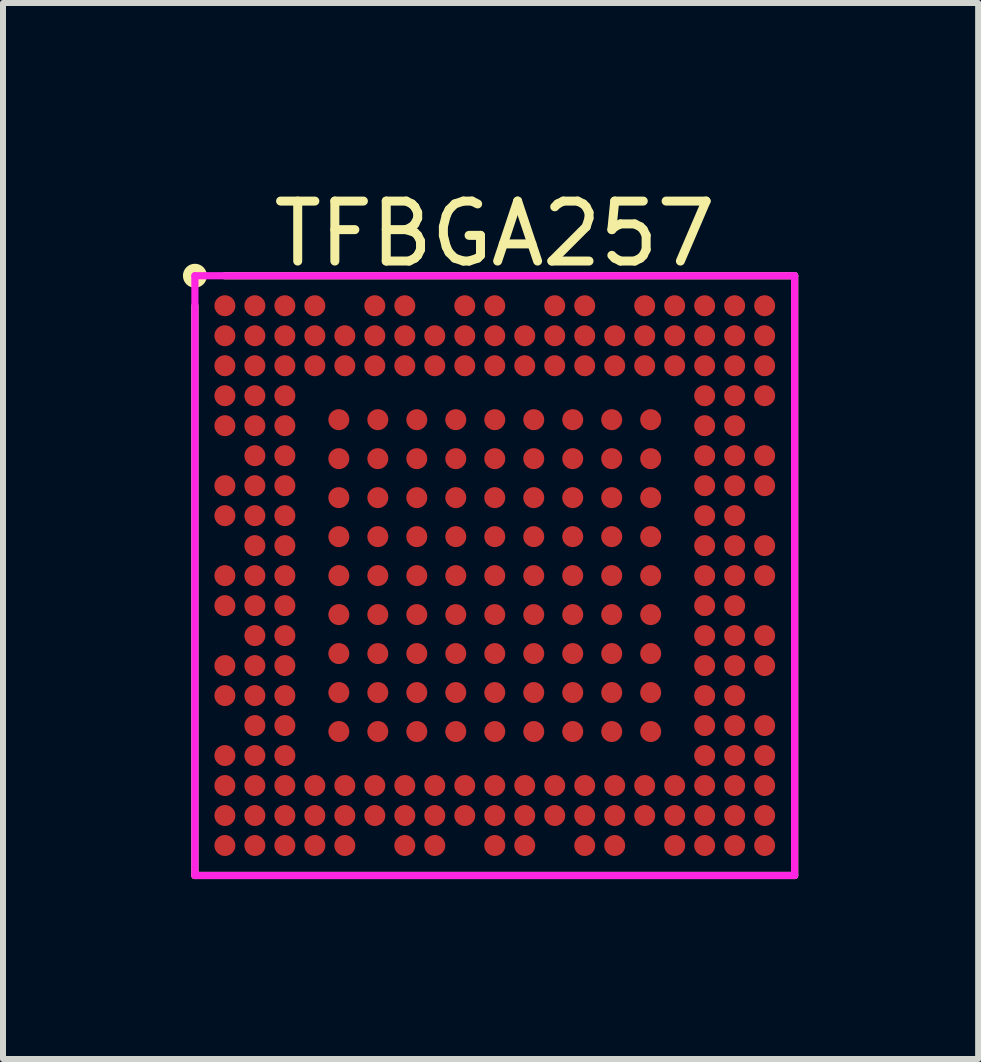
<source format=kicad_pcb>
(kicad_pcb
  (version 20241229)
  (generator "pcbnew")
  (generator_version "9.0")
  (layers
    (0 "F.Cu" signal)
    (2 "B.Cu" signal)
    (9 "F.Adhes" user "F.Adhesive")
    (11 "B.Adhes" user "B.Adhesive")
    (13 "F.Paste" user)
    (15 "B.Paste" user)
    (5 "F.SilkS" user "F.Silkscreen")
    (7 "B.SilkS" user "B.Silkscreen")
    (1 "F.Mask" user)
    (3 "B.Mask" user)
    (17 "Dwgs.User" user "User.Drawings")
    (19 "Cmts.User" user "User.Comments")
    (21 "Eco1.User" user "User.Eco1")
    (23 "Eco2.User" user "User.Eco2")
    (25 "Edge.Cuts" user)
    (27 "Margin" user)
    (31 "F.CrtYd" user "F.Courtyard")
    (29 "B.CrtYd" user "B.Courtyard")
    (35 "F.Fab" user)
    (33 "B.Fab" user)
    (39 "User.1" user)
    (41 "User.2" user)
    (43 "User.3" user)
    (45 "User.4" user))
  (footprint "TFBGA257"
    (layer "F.Cu")
    (at 5.2 6.548)
    (property "Reference" "TFBGA257" (at 0 -5.7 0) (layer "F.SilkS") (effects (font (size 1 1) (thickness 0.15))))
    (attr smd)
    (fp_line (start -5 5) (end -5 -4.5) (stroke (width 0.12) (type solid)) (layer "F.SilkS"))
    (fp_line (start -4.5 -5) (end 5 -5) (stroke (width 0.12) (type solid)) (layer "F.SilkS"))
    (fp_line (start 5 -5) (end 5 5) (stroke (width 0.12) (type solid)) (layer "F.SilkS"))
    (fp_line (start 5 5) (end -5 5) (stroke (width 0.12) (type solid)) (layer "F.SilkS"))
    (fp_circle (center -5 -5) (end -5 -4.9) (stroke (width 0.2) (type solid)) (fill no) (layer "F.SilkS"))
    (fp_line (start -5 -5) (end 5 -5) (stroke (width 0.12) (type solid)) (layer "F.CrtYd"))
    (fp_line (start -5 5) (end -5 -5) (stroke (width 0.12) (type solid)) (layer "F.CrtYd"))
    (fp_line (start 5 -5) (end 5 5) (stroke (width 0.12) (type solid)) (layer "F.CrtYd"))
    (fp_line (start 5 5) (end -5 5) (stroke (width 0.12) (type solid)) (layer "F.CrtYd"))
    (pad "1A1" smd circle (at -2.6 -2.6) (size 0.35 0.35) (layers "F.Cu" "F.Mask" "F.Paste"))
    (pad "1A2" smd circle (at -1.95 -2.6) (size 0.35 0.35) (layers "F.Cu" "F.Mask" "F.Paste"))
    (pad "1A3" smd circle (at -1.3 -2.6) (size 0.35 0.35) (layers "F.Cu" "F.Mask" "F.Paste"))
    (pad "1A4" smd circle (at -0.65 -2.6) (size 0.35 0.35) (layers "F.Cu" "F.Mask" "F.Paste"))
    (pad "1A5" smd circle (at 0 -2.6) (size 0.35 0.35) (layers "F.Cu" "F.Mask" "F.Paste"))
    (pad "1A6" smd circle (at 0.65 -2.6) (size 0.35 0.35) (layers "F.Cu" "F.Mask" "F.Paste"))
    (pad "1A7" smd circle (at 1.3 -2.6) (size 0.35 0.35) (layers "F.Cu" "F.Mask" "F.Paste"))
    (pad "1A8" smd circle (at 1.95 -2.6) (size 0.35 0.35) (layers "F.Cu" "F.Mask" "F.Paste"))
    (pad "1A9" smd circle (at 2.6 -2.6) (size 0.35 0.35) (layers "F.Cu" "F.Mask" "F.Paste"))
    (pad "1B1" smd circle (at -2.6 -1.95) (size 0.35 0.35) (layers "F.Cu" "F.Mask" "F.Paste"))
    (pad "1B2" smd circle (at -1.95 -1.95) (size 0.35 0.35) (layers "F.Cu" "F.Mask" "F.Paste"))
    (pad "1B3" smd circle (at -1.3 -1.95) (size 0.35 0.35) (layers "F.Cu" "F.Mask" "F.Paste"))
    (pad "1B4" smd circle (at -0.65 -1.95) (size 0.35 0.35) (layers "F.Cu" "F.Mask" "F.Paste"))
    (pad "1B5" smd circle (at 0 -1.95) (size 0.35 0.35) (layers "F.Cu" "F.Mask" "F.Paste"))
    (pad "1B6" smd circle (at 0.65 -1.95) (size 0.35 0.35) (layers "F.Cu" "F.Mask" "F.Paste"))
    (pad "1B7" smd circle (at 1.3 -1.95) (size 0.35 0.35) (layers "F.Cu" "F.Mask" "F.Paste"))
    (pad "1B8" smd circle (at 1.95 -1.95) (size 0.35 0.35) (layers "F.Cu" "F.Mask" "F.Paste"))
    (pad "1B9" smd circle (at 2.6 -1.95) (size 0.35 0.35) (layers "F.Cu" "F.Mask" "F.Paste"))
    (pad "1C1" smd circle (at -2.6 -1.3) (size 0.35 0.35) (layers "F.Cu" "F.Mask" "F.Paste"))
    (pad "1C2" smd circle (at -1.95 -1.3) (size 0.35 0.35) (layers "F.Cu" "F.Mask" "F.Paste"))
    (pad "1C3" smd circle (at -1.3 -1.3) (size 0.35 0.35) (layers "F.Cu" "F.Mask" "F.Paste"))
    (pad "1C4" smd circle (at -0.65 -1.3) (size 0.35 0.35) (layers "F.Cu" "F.Mask" "F.Paste"))
    (pad "1C5" smd circle (at 0 -1.3) (size 0.35 0.35) (layers "F.Cu" "F.Mask" "F.Paste"))
    (pad "1C6" smd circle (at 0.65 -1.3) (size 0.35 0.35) (layers "F.Cu" "F.Mask" "F.Paste"))
    (pad "1C7" smd circle (at 1.3 -1.3) (size 0.35 0.35) (layers "F.Cu" "F.Mask" "F.Paste"))
    (pad "1C8" smd circle (at 1.95 -1.3) (size 0.35 0.35) (layers "F.Cu" "F.Mask" "F.Paste"))
    (pad "1C9" smd circle (at 2.6 -1.3) (size 0.35 0.35) (layers "F.Cu" "F.Mask" "F.Paste"))
    (pad "1D1" smd circle (at -2.6 -0.65) (size 0.35 0.35) (layers "F.Cu" "F.Mask" "F.Paste"))
    (pad "1D2" smd circle (at -1.95 -0.65) (size 0.35 0.35) (layers "F.Cu" "F.Mask" "F.Paste"))
    (pad "1D3" smd circle (at -1.3 -0.65) (size 0.35 0.35) (layers "F.Cu" "F.Mask" "F.Paste"))
    (pad "1D4" smd circle (at -0.65 -0.65) (size 0.35 0.35) (layers "F.Cu" "F.Mask" "F.Paste"))
    (pad "1D5" smd circle (at 0 -0.65) (size 0.35 0.35) (layers "F.Cu" "F.Mask" "F.Paste"))
    (pad "1D6" smd circle (at 0.65 -0.65) (size 0.35 0.35) (layers "F.Cu" "F.Mask" "F.Paste"))
    (pad "1D7" smd circle (at 1.3 -0.65) (size 0.35 0.35) (layers "F.Cu" "F.Mask" "F.Paste"))
    (pad "1D8" smd circle (at 1.95 -0.65) (size 0.35 0.35) (layers "F.Cu" "F.Mask" "F.Paste"))
    (pad "1D9" smd circle (at 2.6 -0.65) (size 0.35 0.35) (layers "F.Cu" "F.Mask" "F.Paste"))
    (pad "1E1" smd circle (at -2.6 0) (size 0.35 0.35) (layers "F.Cu" "F.Mask" "F.Paste"))
    (pad "1E2" smd circle (at -1.95 0) (size 0.35 0.35) (layers "F.Cu" "F.Mask" "F.Paste"))
    (pad "1E3" smd circle (at -1.3 0) (size 0.35 0.35) (layers "F.Cu" "F.Mask" "F.Paste"))
    (pad "1E4" smd circle (at -0.65 0) (size 0.35 0.35) (layers "F.Cu" "F.Mask" "F.Paste"))
    (pad "1E5" smd circle (at 0 0) (size 0.35 0.35) (layers "F.Cu" "F.Mask" "F.Paste"))
    (pad "1E6" smd circle (at 0.65 0) (size 0.35 0.35) (layers "F.Cu" "F.Mask" "F.Paste"))
    (pad "1E7" smd circle (at 1.3 0) (size 0.35 0.35) (layers "F.Cu" "F.Mask" "F.Paste"))
    (pad "1E8" smd circle (at 1.95 0) (size 0.35 0.35) (layers "F.Cu" "F.Mask" "F.Paste"))
    (pad "1E9" smd circle (at 2.6 0) (size 0.35 0.35) (layers "F.Cu" "F.Mask" "F.Paste"))
    (pad "1F1" smd circle (at -2.6 0.65) (size 0.35 0.35) (layers "F.Cu" "F.Mask" "F.Paste"))
    (pad "1F1" smd circle (at -1.95 0.65) (size 0.35 0.35) (layers "F.Cu" "F.Mask" "F.Paste"))
    (pad "1F3" smd circle (at -1.3 0.65) (size 0.35 0.35) (layers "F.Cu" "F.Mask" "F.Paste"))
    (pad "1F4" smd circle (at -0.65 0.65) (size 0.35 0.35) (layers "F.Cu" "F.Mask" "F.Paste"))
    (pad "1F5" smd circle (at 0 0.65) (size 0.35 0.35) (layers "F.Cu" "F.Mask" "F.Paste"))
    (pad "1F6" smd circle (at 0.65 0.65) (size 0.35 0.35) (layers "F.Cu" "F.Mask" "F.Paste"))
    (pad "1F7" smd circle (at 1.3 0.65) (size 0.35 0.35) (layers "F.Cu" "F.Mask" "F.Paste"))
    (pad "1F8" smd circle (at 1.95 0.65) (size 0.35 0.35) (layers "F.Cu" "F.Mask" "F.Paste"))
    (pad "1F9" smd circle (at 2.6 0.65) (size 0.35 0.35) (layers "F.Cu" "F.Mask" "F.Paste"))
    (pad "1G1" smd circle (at -2.6 1.3) (size 0.35 0.35) (layers "F.Cu" "F.Mask" "F.Paste"))
    (pad "1G2" smd circle (at -1.95 1.3) (size 0.35 0.35) (layers "F.Cu" "F.Mask" "F.Paste"))
    (pad "1G3" smd circle (at -1.3 1.3) (size 0.35 0.35) (layers "F.Cu" "F.Mask" "F.Paste"))
    (pad "1G4" smd circle (at -0.65 1.3) (size 0.35 0.35) (layers "F.Cu" "F.Mask" "F.Paste"))
    (pad "1G5" smd circle (at 0 1.3) (size 0.35 0.35) (layers "F.Cu" "F.Mask" "F.Paste"))
    (pad "1G6" smd circle (at 0.65 1.3) (size 0.35 0.35) (layers "F.Cu" "F.Mask" "F.Paste"))
    (pad "1G7" smd circle (at 1.3 1.3) (size 0.35 0.35) (layers "F.Cu" "F.Mask" "F.Paste"))
    (pad "1G8" smd circle (at 1.95 1.3) (size 0.35 0.35) (layers "F.Cu" "F.Mask" "F.Paste"))
    (pad "1G9" smd circle (at 2.6 1.3) (size 0.35 0.35) (layers "F.Cu" "F.Mask" "F.Paste"))
    (pad "1H1" smd circle (at -2.6 1.95) (size 0.35 0.35) (layers "F.Cu" "F.Mask" "F.Paste"))
    (pad "1H2" smd circle (at -1.95 1.95) (size 0.35 0.35) (layers "F.Cu" "F.Mask" "F.Paste"))
    (pad "1H3" smd circle (at -1.3 1.95) (size 0.35 0.35) (layers "F.Cu" "F.Mask" "F.Paste"))
    (pad "1H4" smd circle (at -0.65 1.95) (size 0.35 0.35) (layers "F.Cu" "F.Mask" "F.Paste"))
    (pad "1H5" smd circle (at 0 1.95) (size 0.35 0.35) (layers "F.Cu" "F.Mask" "F.Paste"))
    (pad "1H6" smd circle (at 0.65 1.95) (size 0.35 0.35) (layers "F.Cu" "F.Mask" "F.Paste"))
    (pad "1H7" smd circle (at 1.3 1.95) (size 0.35 0.35) (layers "F.Cu" "F.Mask" "F.Paste"))
    (pad "1H8" smd circle (at 1.95 1.95) (size 0.35 0.35) (layers "F.Cu" "F.Mask" "F.Paste"))
    (pad "1H9" smd circle (at 2.6 1.95) (size 0.35 0.35) (layers "F.Cu" "F.Mask" "F.Paste"))
    (pad "1J1" smd circle (at -2.6 2.6) (size 0.35 0.35) (layers "F.Cu" "F.Mask" "F.Paste"))
    (pad "1J2" smd circle (at -1.95 2.6) (size 0.35 0.35) (layers "F.Cu" "F.Mask" "F.Paste"))
    (pad "1J3" smd circle (at -1.3 2.6) (size 0.35 0.35) (layers "F.Cu" "F.Mask" "F.Paste"))
    (pad "1J4" smd circle (at -0.65 2.6) (size 0.35 0.35) (layers "F.Cu" "F.Mask" "F.Paste"))
    (pad "1J5" smd circle (at 0 2.6) (size 0.35 0.35) (layers "F.Cu" "F.Mask" "F.Paste"))
    (pad "1J6" smd circle (at 0.65 2.6) (size 0.35 0.35) (layers "F.Cu" "F.Mask" "F.Paste"))
    (pad "1J7" smd circle (at 1.3 2.6) (size 0.35 0.35) (layers "F.Cu" "F.Mask" "F.Paste"))
    (pad "1J8" smd circle (at 1.95 2.6) (size 0.35 0.35) (layers "F.Cu" "F.Mask" "F.Paste"))
    (pad "1J9" smd circle (at 2.6 2.6) (size 0.35 0.35) (layers "F.Cu" "F.Mask" "F.Paste"))
    (pad "A1" smd circle (at -4.5 -4.5) (size 0.35 0.35) (layers "F.Cu" "F.Mask" "F.Paste"))
    (pad "A2" smd circle (at -4 -4.5) (size 0.35 0.35) (layers "F.Cu" "F.Mask" "F.Paste"))
    (pad "A3" smd circle (at -3.5 -4.5) (size 0.35 0.35) (layers "F.Cu" "F.Mask" "F.Paste"))
    (pad "A4" smd circle (at -3 -4.5) (size 0.35 0.35) (layers "F.Cu" "F.Mask" "F.Paste"))
    (pad "A6" smd circle (at -2 -4.5) (size 0.35 0.35) (layers "F.Cu" "F.Mask" "F.Paste"))
    (pad "A7" smd circle (at -1.5 -4.5) (size 0.35 0.35) (layers "F.Cu" "F.Mask" "F.Paste"))
    (pad "A9" smd circle (at -0.5 -4.5) (size 0.35 0.35) (layers "F.Cu" "F.Mask" "F.Paste"))
    (pad "A10" smd circle (at 0 -4.5) (size 0.35 0.35) (layers "F.Cu" "F.Mask" "F.Paste"))
    (pad "A12" smd circle (at 1 -4.5) (size 0.35 0.35) (layers "F.Cu" "F.Mask" "F.Paste"))
    (pad "A13" smd circle (at 1.5 -4.5) (size 0.35 0.35) (layers "F.Cu" "F.Mask" "F.Paste"))
    (pad "A15" smd circle (at 2.5 -4.5) (size 0.35 0.35) (layers "F.Cu" "F.Mask" "F.Paste"))
    (pad "A16" smd circle (at 3 -4.5) (size 0.35 0.35) (layers "F.Cu" "F.Mask" "F.Paste"))
    (pad "A17" smd circle (at 3.5 -4.5) (size 0.35 0.35) (layers "F.Cu" "F.Mask" "F.Paste"))
    (pad "A18" smd circle (at 4 -4.5) (size 0.35 0.35) (layers "F.Cu" "F.Mask" "F.Paste"))
    (pad "A19" smd circle (at 4.5 -4.5) (size 0.35 0.35) (layers "F.Cu" "F.Mask" "F.Paste"))
    (pad "B1" smd circle (at -4.5 -4) (size 0.35 0.35) (layers "F.Cu" "F.Mask" "F.Paste"))
    (pad "B2" smd circle (at -4 -4) (size 0.35 0.35) (layers "F.Cu" "F.Mask" "F.Paste"))
    (pad "B3" smd circle (at -3.5 -4) (size 0.35 0.35) (layers "F.Cu" "F.Mask" "F.Paste"))
    (pad "B4" smd circle (at -3 -4) (size 0.35 0.35) (layers "F.Cu" "F.Mask" "F.Paste"))
    (pad "B5" smd circle (at -2.5 -4) (size 0.35 0.35) (layers "F.Cu" "F.Mask" "F.Paste"))
    (pad "B6" smd circle (at -2 -4) (size 0.35 0.35) (layers "F.Cu" "F.Mask" "F.Paste"))
    (pad "B7" smd circle (at -1.5 -4) (size 0.35 0.35) (layers "F.Cu" "F.Mask" "F.Paste"))
    (pad "B8" smd circle (at -1 -4) (size 0.35 0.35) (layers "F.Cu" "F.Mask" "F.Paste"))
    (pad "B9" smd circle (at -0.5 -4) (size 0.35 0.35) (layers "F.Cu" "F.Mask" "F.Paste"))
    (pad "B10" smd circle (at 0 -4) (size 0.35 0.35) (layers "F.Cu" "F.Mask" "F.Paste"))
    (pad "B11" smd circle (at 0.5 -4) (size 0.35 0.35) (layers "F.Cu" "F.Mask" "F.Paste"))
    (pad "B12" smd circle (at 1 -4) (size 0.35 0.35) (layers "F.Cu" "F.Mask" "F.Paste"))
    (pad "B13" smd circle (at 1.5 -4) (size 0.35 0.35) (layers "F.Cu" "F.Mask" "F.Paste"))
    (pad "B14" smd circle (at 2 -4) (size 0.35 0.35) (layers "F.Cu" "F.Mask" "F.Paste"))
    (pad "B15" smd circle (at 2.5 -4) (size 0.35 0.35) (layers "F.Cu" "F.Mask" "F.Paste"))
    (pad "B16" smd circle (at 3 -4) (size 0.35 0.35) (layers "F.Cu" "F.Mask" "F.Paste"))
    (pad "B17" smd circle (at 3.5 -4) (size 0.35 0.35) (layers "F.Cu" "F.Mask" "F.Paste"))
    (pad "B18" smd circle (at 4 -4) (size 0.35 0.35) (layers "F.Cu" "F.Mask" "F.Paste"))
    (pad "B19" smd circle (at 4.5 -4) (size 0.35 0.35) (layers "F.Cu" "F.Mask" "F.Paste"))
    (pad "C1" smd circle (at -4.5 -3.5) (size 0.35 0.35) (layers "F.Cu" "F.Mask" "F.Paste"))
    (pad "C2" smd circle (at -4 -3.5) (size 0.35 0.35) (layers "F.Cu" "F.Mask" "F.Paste"))
    (pad "C3" smd circle (at -3.5 -3.5) (size 0.35 0.35) (layers "F.Cu" "F.Mask" "F.Paste"))
    (pad "C4" smd circle (at -3 -3.5) (size 0.35 0.35) (layers "F.Cu" "F.Mask" "F.Paste"))
    (pad "C5" smd circle (at -2.5 -3.5) (size 0.35 0.35) (layers "F.Cu" "F.Mask" "F.Paste"))
    (pad "C6" smd circle (at -2 -3.5) (size 0.35 0.35) (layers "F.Cu" "F.Mask" "F.Paste"))
    (pad "C7" smd circle (at -1.5 -3.5) (size 0.35 0.35) (layers "F.Cu" "F.Mask" "F.Paste"))
    (pad "C8" smd circle (at -1 -3.5) (size 0.35 0.35) (layers "F.Cu" "F.Mask" "F.Paste"))
    (pad "C9" smd circle (at -0.5 -3.5) (size 0.35 0.35) (layers "F.Cu" "F.Mask" "F.Paste"))
    (pad "C10" smd circle (at 0 -3.5) (size 0.35 0.35) (layers "F.Cu" "F.Mask" "F.Paste"))
    (pad "C11" smd circle (at 0.5 -3.5) (size 0.35 0.35) (layers "F.Cu" "F.Mask" "F.Paste"))
    (pad "C12" smd circle (at 1 -3.5) (size 0.35 0.35) (layers "F.Cu" "F.Mask" "F.Paste"))
    (pad "C13" smd circle (at 1.5 -3.5) (size 0.35 0.35) (layers "F.Cu" "F.Mask" "F.Paste"))
    (pad "C14" smd circle (at 2 -3.5) (size 0.35 0.35) (layers "F.Cu" "F.Mask" "F.Paste"))
    (pad "C15" smd circle (at 2.5 -3.5) (size 0.35 0.35) (layers "F.Cu" "F.Mask" "F.Paste"))
    (pad "C16" smd circle (at 3 -3.5) (size 0.35 0.35) (layers "F.Cu" "F.Mask" "F.Paste"))
    (pad "C17" smd circle (at 3.5 -3.5) (size 0.35 0.35) (layers "F.Cu" "F.Mask" "F.Paste"))
    (pad "C18" smd circle (at 4 -3.5) (size 0.35 0.35) (layers "F.Cu" "F.Mask" "F.Paste"))
    (pad "C19" smd circle (at 4.5 -3.5) (size 0.35 0.35) (layers "F.Cu" "F.Mask" "F.Paste"))
    (pad "D1" smd circle (at -4.5 -3) (size 0.35 0.35) (layers "F.Cu" "F.Mask" "F.Paste"))
    (pad "D2" smd circle (at -4 -3) (size 0.35 0.35) (layers "F.Cu" "F.Mask" "F.Paste"))
    (pad "D3" smd circle (at -3.5 -3) (size 0.35 0.35) (layers "F.Cu" "F.Mask" "F.Paste"))
    (pad "D17" smd circle (at 3.5 -3) (size 0.35 0.35) (layers "F.Cu" "F.Mask" "F.Paste"))
    (pad "D18" smd circle (at 4 -3) (size 0.35 0.35) (layers "F.Cu" "F.Mask" "F.Paste"))
    (pad "D19" smd circle (at 4.5 -3) (size 0.35 0.35) (layers "F.Cu" "F.Mask" "F.Paste"))
    (pad "E1" smd circle (at -4.5 -2.5) (size 0.35 0.35) (layers "F.Cu" "F.Mask" "F.Paste"))
    (pad "E2" smd circle (at -4 -2.5) (size 0.35 0.35) (layers "F.Cu" "F.Mask" "F.Paste"))
    (pad "E3" smd circle (at -3.5 -2.5) (size 0.35 0.35) (layers "F.Cu" "F.Mask" "F.Paste"))
    (pad "E17" smd circle (at 3.5 -2.5) (size 0.35 0.35) (layers "F.Cu" "F.Mask" "F.Paste"))
    (pad "E18" smd circle (at 4 -2.5) (size 0.35 0.35) (layers "F.Cu" "F.Mask" "F.Paste"))
    (pad "F2" smd circle (at -4 -2) (size 0.35 0.35) (layers "F.Cu" "F.Mask" "F.Paste"))
    (pad "F3" smd circle (at -3.5 -2) (size 0.35 0.35) (layers "F.Cu" "F.Mask" "F.Paste"))
    (pad "F17" smd circle (at 3.5 -2) (size 0.35 0.35) (layers "F.Cu" "F.Mask" "F.Paste"))
    (pad "F18" smd circle (at 4 -2) (size 0.35 0.35) (layers "F.Cu" "F.Mask" "F.Paste"))
    (pad "F19" smd circle (at 4.5 -2) (size 0.35 0.35) (layers "F.Cu" "F.Mask" "F.Paste"))
    (pad "G1" smd circle (at -4.5 -1.5) (size 0.35 0.35) (layers "F.Cu" "F.Mask" "F.Paste"))
    (pad "G2" smd circle (at -4 -1.5) (size 0.35 0.35) (layers "F.Cu" "F.Mask" "F.Paste"))
    (pad "G3" smd circle (at -3.5 -1.5) (size 0.35 0.35) (layers "F.Cu" "F.Mask" "F.Paste"))
    (pad "G17" smd circle (at 3.5 -1.5) (size 0.35 0.35) (layers "F.Cu" "F.Mask" "F.Paste"))
    (pad "G18" smd circle (at 4 -1.5) (size 0.35 0.35) (layers "F.Cu" "F.Mask" "F.Paste"))
    (pad "G19" smd circle (at 4.5 -1.5) (size 0.35 0.35) (layers "F.Cu" "F.Mask" "F.Paste"))
    (pad "H1" smd circle (at -4.5 -1) (size 0.35 0.35) (layers "F.Cu" "F.Mask" "F.Paste"))
    (pad "H2" smd circle (at -4 -1) (size 0.35 0.35) (layers "F.Cu" "F.Mask" "F.Paste"))
    (pad "H3" smd circle (at -3.5 -1) (size 0.35 0.35) (layers "F.Cu" "F.Mask" "F.Paste"))
    (pad "H17" smd circle (at 3.5 -1) (size 0.35 0.35) (layers "F.Cu" "F.Mask" "F.Paste"))
    (pad "H18" smd circle (at 4 -1) (size 0.35 0.35) (layers "F.Cu" "F.Mask" "F.Paste"))
    (pad "J2" smd circle (at -4 -0.5) (size 0.35 0.35) (layers "F.Cu" "F.Mask" "F.Paste"))
    (pad "J3" smd circle (at -3.5 -0.5) (size 0.35 0.35) (layers "F.Cu" "F.Mask" "F.Paste"))
    (pad "J17" smd circle (at 3.5 -0.5) (size 0.35 0.35) (layers "F.Cu" "F.Mask" "F.Paste"))
    (pad "J18" smd circle (at 4 -0.5) (size 0.35 0.35) (layers "F.Cu" "F.Mask" "F.Paste"))
    (pad "J19" smd circle (at 4.5 -0.5) (size 0.35 0.35) (layers "F.Cu" "F.Mask" "F.Paste"))
    (pad "K1" smd circle (at -4.5 0) (size 0.35 0.35) (layers "F.Cu" "F.Mask" "F.Paste"))
    (pad "K2" smd circle (at -4 0) (size 0.35 0.35) (layers "F.Cu" "F.Mask" "F.Paste"))
    (pad "K3" smd circle (at -3.5 0) (size 0.35 0.35) (layers "F.Cu" "F.Mask" "F.Paste"))
    (pad "K17" smd circle (at 3.5 0) (size 0.35 0.35) (layers "F.Cu" "F.Mask" "F.Paste"))
    (pad "K18" smd circle (at 4 0) (size 0.35 0.35) (layers "F.Cu" "F.Mask" "F.Paste"))
    (pad "K19" smd circle (at 4.5 0) (size 0.35 0.35) (layers "F.Cu" "F.Mask" "F.Paste"))
    (pad "L1" smd circle (at -4.5 0.5) (size 0.35 0.35) (layers "F.Cu" "F.Mask" "F.Paste"))
    (pad "L2" smd circle (at -4 0.5) (size 0.35 0.35) (layers "F.Cu" "F.Mask" "F.Paste"))
    (pad "L3" smd circle (at -3.5 0.5) (size 0.35 0.35) (layers "F.Cu" "F.Mask" "F.Paste"))
    (pad "L17" smd circle (at 3.5 0.5) (size 0.35 0.35) (layers "F.Cu" "F.Mask" "F.Paste"))
    (pad "L18" smd circle (at 4 0.5) (size 0.35 0.35) (layers "F.Cu" "F.Mask" "F.Paste"))
    (pad "M2" smd circle (at -4 1) (size 0.35 0.35) (layers "F.Cu" "F.Mask" "F.Paste"))
    (pad "M3" smd circle (at -3.5 1) (size 0.35 0.35) (layers "F.Cu" "F.Mask" "F.Paste"))
    (pad "M17" smd circle (at 3.5 1) (size 0.35 0.35) (layers "F.Cu" "F.Mask" "F.Paste"))
    (pad "M18" smd circle (at 4 1) (size 0.35 0.35) (layers "F.Cu" "F.Mask" "F.Paste"))
    (pad "M19" smd circle (at 4.5 1) (size 0.35 0.35) (layers "F.Cu" "F.Mask" "F.Paste"))
    (pad "N1" smd circle (at -4.5 1.5) (size 0.35 0.35) (layers "F.Cu" "F.Mask" "F.Paste"))
    (pad "N2" smd circle (at -4 1.5) (size 0.35 0.35) (layers "F.Cu" "F.Mask" "F.Paste"))
    (pad "N3" smd circle (at -3.5 1.5) (size 0.35 0.35) (layers "F.Cu" "F.Mask" "F.Paste"))
    (pad "N17" smd circle (at 3.5 1.5) (size 0.35 0.35) (layers "F.Cu" "F.Mask" "F.Paste"))
    (pad "N18" smd circle (at 4 1.5) (size 0.35 0.35) (layers "F.Cu" "F.Mask" "F.Paste"))
    (pad "N19" smd circle (at 4.5 1.5) (size 0.35 0.35) (layers "F.Cu" "F.Mask" "F.Paste"))
    (pad "P1" smd circle (at -4.5 2) (size 0.35 0.35) (layers "F.Cu" "F.Mask" "F.Paste"))
    (pad "P2" smd circle (at -4 2) (size 0.35 0.35) (layers "F.Cu" "F.Mask" "F.Paste"))
    (pad "P3" smd circle (at -3.5 2) (size 0.35 0.35) (layers "F.Cu" "F.Mask" "F.Paste"))
    (pad "P17" smd circle (at 3.5 2) (size 0.35 0.35) (layers "F.Cu" "F.Mask" "F.Paste"))
    (pad "P18" smd circle (at 4 2) (size 0.35 0.35) (layers "F.Cu" "F.Mask" "F.Paste"))
    (pad "R2" smd circle (at -4 2.5) (size 0.35 0.35) (layers "F.Cu" "F.Mask" "F.Paste"))
    (pad "R3" smd circle (at -3.5 2.5) (size 0.35 0.35) (layers "F.Cu" "F.Mask" "F.Paste"))
    (pad "R17" smd circle (at 3.5 2.5) (size 0.35 0.35) (layers "F.Cu" "F.Mask" "F.Paste"))
    (pad "R18" smd circle (at 4 2.5) (size 0.35 0.35) (layers "F.Cu" "F.Mask" "F.Paste"))
    (pad "R19" smd circle (at 4.5 2.5) (size 0.35 0.35) (layers "F.Cu" "F.Mask" "F.Paste"))
    (pad "T1" smd circle (at -4.5 3) (size 0.35 0.35) (layers "F.Cu" "F.Mask" "F.Paste"))
    (pad "T2" smd circle (at -4 3) (size 0.35 0.35) (layers "F.Cu" "F.Mask" "F.Paste"))
    (pad "T3" smd circle (at -3.5 3) (size 0.35 0.35) (layers "F.Cu" "F.Mask" "F.Paste"))
    (pad "T17" smd circle (at 3.5 3) (size 0.35 0.35) (layers "F.Cu" "F.Mask" "F.Paste"))
    (pad "T18" smd circle (at 4 3) (size 0.35 0.35) (layers "F.Cu" "F.Mask" "F.Paste"))
    (pad "T19" smd circle (at 4.5 3) (size 0.35 0.35) (layers "F.Cu" "F.Mask" "F.Paste"))
    (pad "U1" smd circle (at -4.5 3.5) (size 0.35 0.35) (layers "F.Cu" "F.Mask" "F.Paste"))
    (pad "U2" smd circle (at -4 3.5) (size 0.35 0.35) (layers "F.Cu" "F.Mask" "F.Paste"))
    (pad "U3" smd circle (at -3.5 3.5) (size 0.35 0.35) (layers "F.Cu" "F.Mask" "F.Paste"))
    (pad "U4" smd circle (at -3 3.5) (size 0.35 0.35) (layers "F.Cu" "F.Mask" "F.Paste"))
    (pad "U5" smd circle (at -2.5 3.5) (size 0.35 0.35) (layers "F.Cu" "F.Mask" "F.Paste"))
    (pad "U6" smd circle (at -2 3.5) (size 0.35 0.35) (layers "F.Cu" "F.Mask" "F.Paste"))
    (pad "U7" smd circle (at -1.5 3.5) (size 0.35 0.35) (layers "F.Cu" "F.Mask" "F.Paste"))
    (pad "U8" smd circle (at -1 3.5) (size 0.35 0.35) (layers "F.Cu" "F.Mask" "F.Paste"))
    (pad "U9" smd circle (at -0.5 3.5) (size 0.35 0.35) (layers "F.Cu" "F.Mask" "F.Paste"))
    (pad "U10" smd circle (at 0 3.5) (size 0.35 0.35) (layers "F.Cu" "F.Mask" "F.Paste"))
    (pad "U11" smd circle (at 0.5 3.5) (size 0.35 0.35) (layers "F.Cu" "F.Mask" "F.Paste"))
    (pad "U12" smd circle (at 1 3.5) (size 0.35 0.35) (layers "F.Cu" "F.Mask" "F.Paste"))
    (pad "U13" smd circle (at 1.5 3.5) (size 0.35 0.35) (layers "F.Cu" "F.Mask" "F.Paste"))
    (pad "U14" smd circle (at 2 3.5) (size 0.35 0.35) (layers "F.Cu" "F.Mask" "F.Paste"))
    (pad "U15" smd circle (at 2.5 3.5) (size 0.35 0.35) (layers "F.Cu" "F.Mask" "F.Paste"))
    (pad "U16" smd circle (at 3 3.5) (size 0.35 0.35) (layers "F.Cu" "F.Mask" "F.Paste"))
    (pad "U17" smd circle (at 3.5 3.5) (size 0.35 0.35) (layers "F.Cu" "F.Mask" "F.Paste"))
    (pad "U18" smd circle (at 4 3.5) (size 0.35 0.35) (layers "F.Cu" "F.Mask" "F.Paste"))
    (pad "U19" smd circle (at 4.5 3.5) (size 0.35 0.35) (layers "F.Cu" "F.Mask" "F.Paste"))
    (pad "V1" smd circle (at -4.5 4) (size 0.35 0.35) (layers "F.Cu" "F.Mask" "F.Paste"))
    (pad "V2" smd circle (at -4 4) (size 0.35 0.35) (layers "F.Cu" "F.Mask" "F.Paste"))
    (pad "V3" smd circle (at -3.5 4) (size 0.35 0.35) (layers "F.Cu" "F.Mask" "F.Paste"))
    (pad "V4" smd circle (at -3 4) (size 0.35 0.35) (layers "F.Cu" "F.Mask" "F.Paste"))
    (pad "V5" smd circle (at -2.5 4) (size 0.35 0.35) (layers "F.Cu" "F.Mask" "F.Paste"))
    (pad "V6" smd circle (at -2 4) (size 0.35 0.35) (layers "F.Cu" "F.Mask" "F.Paste"))
    (pad "V7" smd circle (at -1.5 4) (size 0.35 0.35) (layers "F.Cu" "F.Mask" "F.Paste"))
    (pad "V8" smd circle (at -1 4) (size 0.35 0.35) (layers "F.Cu" "F.Mask" "F.Paste"))
    (pad "V9" smd circle (at -0.5 4) (size 0.35 0.35) (layers "F.Cu" "F.Mask" "F.Paste"))
    (pad "V10" smd circle (at 0 4) (size 0.35 0.35) (layers "F.Cu" "F.Mask" "F.Paste"))
    (pad "V11" smd circle (at 0.5 4) (size 0.35 0.35) (layers "F.Cu" "F.Mask" "F.Paste"))
    (pad "V12" smd circle (at 1 4) (size 0.35 0.35) (layers "F.Cu" "F.Mask" "F.Paste"))
    (pad "V13" smd circle (at 1.5 4) (size 0.35 0.35) (layers "F.Cu" "F.Mask" "F.Paste"))
    (pad "V14" smd circle (at 2 4) (size 0.35 0.35) (layers "F.Cu" "F.Mask" "F.Paste"))
    (pad "V15" smd circle (at 2.5 4) (size 0.35 0.35) (layers "F.Cu" "F.Mask" "F.Paste"))
    (pad "V16" smd circle (at 3 4) (size 0.35 0.35) (layers "F.Cu" "F.Mask" "F.Paste"))
    (pad "V17" smd circle (at 3.5 4) (size 0.35 0.35) (layers "F.Cu" "F.Mask" "F.Paste"))
    (pad "V18" smd circle (at 4 4) (size 0.35 0.35) (layers "F.Cu" "F.Mask" "F.Paste"))
    (pad "V19" smd circle (at 4.5 4) (size 0.35 0.35) (layers "F.Cu" "F.Mask" "F.Paste"))
    (pad "W1" smd circle (at -4.5 4.5) (size 0.35 0.35) (layers "F.Cu" "F.Mask" "F.Paste"))
    (pad "W2" smd circle (at -4 4.5) (size 0.35 0.35) (layers "F.Cu" "F.Mask" "F.Paste"))
    (pad "W3" smd circle (at -3.5 4.5) (size 0.35 0.35) (layers "F.Cu" "F.Mask" "F.Paste"))
    (pad "W4" smd circle (at -3 4.5) (size 0.35 0.35) (layers "F.Cu" "F.Mask" "F.Paste"))
    (pad "W5" smd circle (at -2.5 4.5) (size 0.35 0.35) (layers "F.Cu" "F.Mask" "F.Paste"))
    (pad "W7" smd circle (at -1.5 4.5) (size 0.35 0.35) (layers "F.Cu" "F.Mask" "F.Paste"))
    (pad "W8" smd circle (at -1 4.5) (size 0.35 0.35) (layers "F.Cu" "F.Mask" "F.Paste"))
    (pad "W10" smd circle (at 0 4.5) (size 0.35 0.35) (layers "F.Cu" "F.Mask" "F.Paste"))
    (pad "W11" smd circle (at 0.5 4.5) (size 0.35 0.35) (layers "F.Cu" "F.Mask" "F.Paste"))
    (pad "W13" smd circle (at 1.5 4.5) (size 0.35 0.35) (layers "F.Cu" "F.Mask" "F.Paste"))
    (pad "W14" smd circle (at 2 4.5) (size 0.35 0.35) (layers "F.Cu" "F.Mask" "F.Paste"))
    (pad "W16" smd circle (at 3 4.5) (size 0.35 0.35) (layers "F.Cu" "F.Mask" "F.Paste"))
    (pad "W17" smd circle (at 3.5 4.5) (size 0.35 0.35) (layers "F.Cu" "F.Mask" "F.Paste"))
    (pad "W18" smd circle (at 4 4.5) (size 0.35 0.35) (layers "F.Cu" "F.Mask" "F.Paste"))
    (pad "W19" smd circle (at 4.5 4.5) (size 0.35 0.35) (layers "F.Cu" "F.Mask" "F.Paste")))
  (gr_rect
    (start -3 -3)
    (end 13.26 14.608)
    (stroke (width 0.1) (type default))
    (fill no)
    (layer "Edge.Cuts")))
</source>
